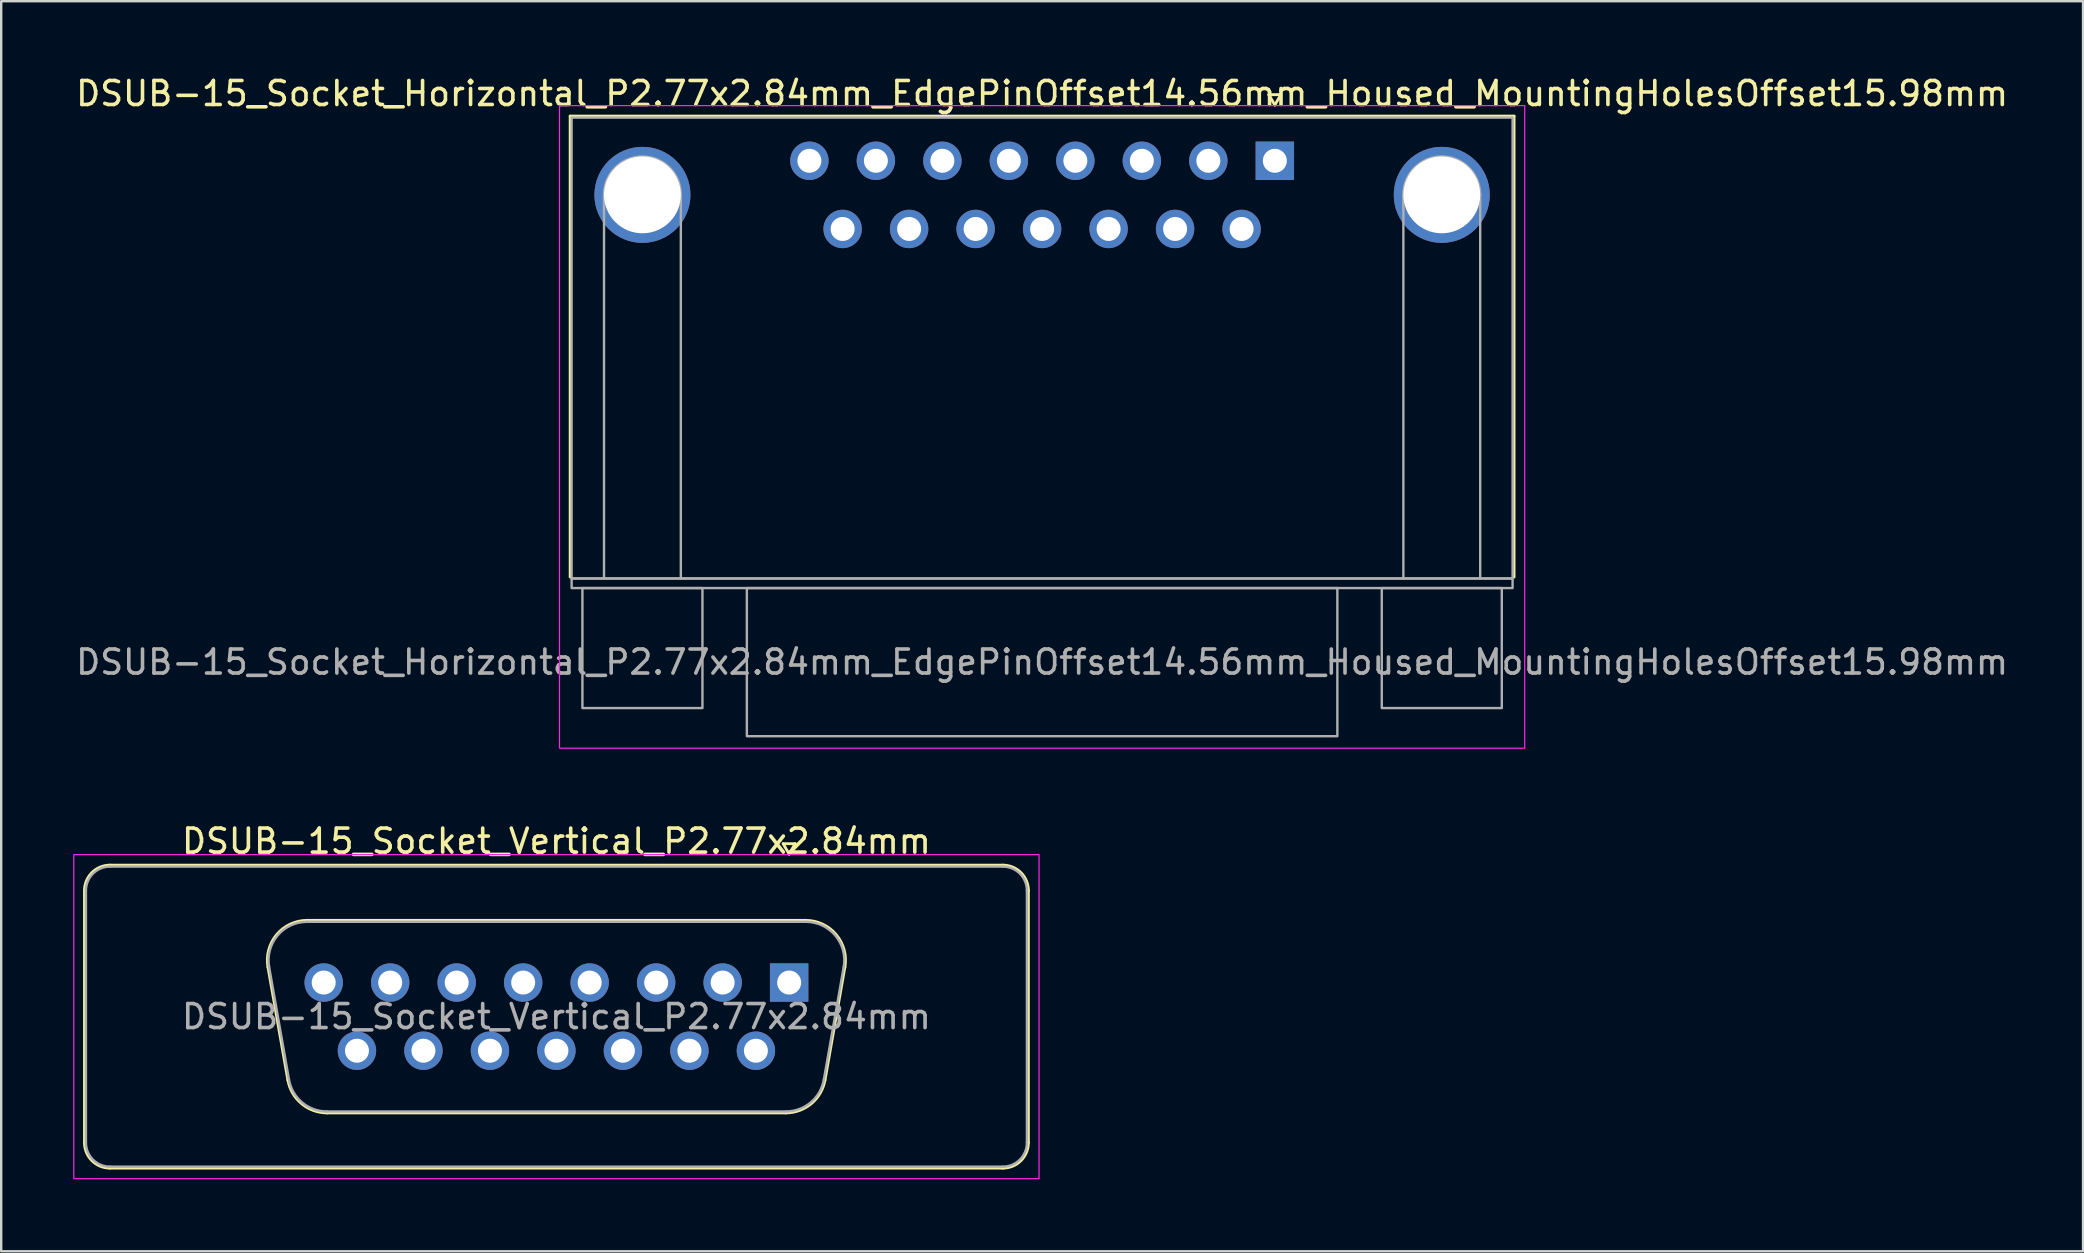
<source format=kicad_pcb>
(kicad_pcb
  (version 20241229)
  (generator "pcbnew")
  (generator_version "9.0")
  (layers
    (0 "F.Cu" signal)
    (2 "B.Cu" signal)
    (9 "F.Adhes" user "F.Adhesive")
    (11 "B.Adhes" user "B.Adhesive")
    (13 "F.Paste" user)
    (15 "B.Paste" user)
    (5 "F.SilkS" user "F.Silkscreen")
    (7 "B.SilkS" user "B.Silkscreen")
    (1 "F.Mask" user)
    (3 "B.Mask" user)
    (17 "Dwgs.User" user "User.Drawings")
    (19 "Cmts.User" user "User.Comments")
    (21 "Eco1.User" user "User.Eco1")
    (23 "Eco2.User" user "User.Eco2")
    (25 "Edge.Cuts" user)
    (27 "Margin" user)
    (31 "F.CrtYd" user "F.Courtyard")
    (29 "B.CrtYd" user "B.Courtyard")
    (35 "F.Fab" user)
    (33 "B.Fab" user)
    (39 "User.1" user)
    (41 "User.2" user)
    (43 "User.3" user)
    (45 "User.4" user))
  (footprint "DSUB-15_Socket_Horizontal_P2.77x2.84mm_EdgePinOffset14.56mm_Housed_MountingHolesOffset15.98mm"
    (layer "F.Cu")
    (at 50.058 3.648)
    (property "Reference" "DSUB-15_Socket_Horizontal_P2.77x2.84mm_EdgePinOffset14.56mm_Housed_MountingHolesOffset15.98mm" (at -9.695 -2.8 0) (layer "F.SilkS") (effects (font (size 1 1) (thickness 0.15))))
    (attr through_hole)
    (fp_line (start -29.355 -1.86) (end 9.965 -1.86) (stroke (width 0.12) (type solid)) (layer "F.SilkS"))
    (fp_line (start -29.355 17.34) (end -29.355 -1.86) (stroke (width 0.12) (type solid)) (layer "F.SilkS"))
    (fp_line (start -0.25 -2.754) (end 0.25 -2.754) (stroke (width 0.12) (type solid)) (layer "F.SilkS"))
    (fp_line (start 0 -2.321) (end -0.25 -2.754) (stroke (width 0.12) (type solid)) (layer "F.SilkS"))
    (fp_line (start 0.25 -2.754) (end 0 -2.321) (stroke (width 0.12) (type solid)) (layer "F.SilkS"))
    (fp_line (start 9.965 -1.86) (end 9.965 17.34) (stroke (width 0.12) (type solid)) (layer "F.SilkS"))
    (fp_rect (start -29.8 -2.3) (end 10.41 24.47) (stroke (width 0.05) (type solid)) (fill no) (layer "F.CrtYd"))
    (fp_line (start -27.945 17.4) (end -27.945 1.42) (stroke (width 0.1) (type solid)) (layer "F.Fab"))
    (fp_line (start -24.745 17.4) (end -24.745 1.42) (stroke (width 0.1) (type solid)) (layer "F.Fab"))
    (fp_line (start 5.355 17.4) (end 5.355 1.42) (stroke (width 0.1) (type solid)) (layer "F.Fab"))
    (fp_line (start 8.555 17.4) (end 8.555 1.42) (stroke (width 0.1) (type solid)) (layer "F.Fab"))
    (fp_rect (start -29.295 -1.8) (end 9.905 17.4) (stroke (width 0.1) (type solid)) (fill no) (layer "F.Fab"))
    (fp_rect (start -29.295 17.4) (end 9.905 17.8) (stroke (width 0.1) (type solid)) (fill no) (layer "F.Fab"))
    (fp_rect (start -28.845 17.8) (end -23.845 22.8) (stroke (width 0.1) (type solid)) (fill no) (layer "F.Fab"))
    (fp_rect (start -21.995 17.8) (end 2.605 23.97) (stroke (width 0.1) (type solid)) (fill no) (layer "F.Fab"))
    (fp_rect (start 4.455 17.8) (end 9.455 22.8) (stroke (width 0.1) (type solid)) (fill no) (layer "F.Fab"))
    (fp_arc (start -27.945 1.42) (mid -26.345 -0.18) (end -24.745 1.42) (stroke (width 0.1) (type solid)) (layer "F.Fab"))
    (fp_arc (start 5.355 1.42) (mid 6.955 -0.18) (end 8.555 1.42) (stroke (width 0.1) (type solid)) (layer "F.Fab"))
    (fp_text user "${REFERENCE}" (at -9.695 20.885 0) (layer "F.Fab") (effects (font (size 1 1) (thickness 0.15))))
    (pad "1" thru_hole rect (at 0 0) (size 1.6 1.6) (drill 1) (layers "*.Cu" "*.Mask"))
    (pad "2" thru_hole circle (at -2.77 0) (size 1.6 1.6) (drill 1) (layers "*.Cu" "*.Mask"))
    (pad "3" thru_hole circle (at -5.54 0) (size 1.6 1.6) (drill 1) (layers "*.Cu" "*.Mask"))
    (pad "4" thru_hole circle (at -8.31 0) (size 1.6 1.6) (drill 1) (layers "*.Cu" "*.Mask"))
    (pad "5" thru_hole circle (at -11.08 0) (size 1.6 1.6) (drill 1) (layers "*.Cu" "*.Mask"))
    (pad "6" thru_hole circle (at -13.85 0) (size 1.6 1.6) (drill 1) (layers "*.Cu" "*.Mask"))
    (pad "7" thru_hole circle (at -16.62 0) (size 1.6 1.6) (drill 1) (layers "*.Cu" "*.Mask"))
    (pad "8" thru_hole circle (at -19.39 0) (size 1.6 1.6) (drill 1) (layers "*.Cu" "*.Mask"))
    (pad "9" thru_hole circle (at -1.385 2.84) (size 1.6 1.6) (drill 1) (layers "*.Cu" "*.Mask"))
    (pad "10" thru_hole circle (at -4.155 2.84) (size 1.6 1.6) (drill 1) (layers "*.Cu" "*.Mask"))
    (pad "11" thru_hole circle (at -6.925 2.84) (size 1.6 1.6) (drill 1) (layers "*.Cu" "*.Mask"))
    (pad "12" thru_hole circle (at -9.695 2.84) (size 1.6 1.6) (drill 1) (layers "*.Cu" "*.Mask"))
    (pad "13" thru_hole circle (at -12.465 2.84) (size 1.6 1.6) (drill 1) (layers "*.Cu" "*.Mask"))
    (pad "14" thru_hole circle (at -15.235 2.84) (size 1.6 1.6) (drill 1) (layers "*.Cu" "*.Mask"))
    (pad "15" thru_hole circle (at -18.005 2.84) (size 1.6 1.6) (drill 1) (layers "*.Cu" "*.Mask"))
    (pad "SH" thru_hole circle (at -26.345 1.42) (size 4 4) (drill 3.2) (layers "*.Cu" "*.Mask"))
    (pad "SH" thru_hole circle (at 6.955 1.42) (size 4 4) (drill 3.2) (layers "*.Cu" "*.Mask")))
  (footprint "DSUB-15_Socket_Vertical_P2.77x2.84mm"
    (layer "F.Cu")
    (at 29.825 37.882)
    (property "Reference" "DSUB-15_Socket_Vertical_P2.77x2.84mm" (at -9.695 -5.89 0) (layer "F.SilkS") (effects (font (size 1 1) (thickness 0.15))))
    (attr through_hole)
    (fp_line (start -29.355 6.67) (end -29.355 -3.83) (stroke (width 0.12) (type solid)) (layer "F.SilkS"))
    (fp_line (start -28.295 -4.89) (end 8.905 -4.89) (stroke (width 0.12) (type solid)) (layer "F.SilkS"))
    (fp_line (start -20.883 4.058) (end -21.711 -0.642) (stroke (width 0.12) (type solid)) (layer "F.SilkS"))
    (fp_line (start -20.077 -2.59) (end 0.687 -2.59) (stroke (width 0.12) (type solid)) (layer "F.SilkS"))
    (fp_line (start -0.25 -5.784) (end 0.25 -5.784) (stroke (width 0.12) (type solid)) (layer "F.SilkS"))
    (fp_line (start -0.142 5.43) (end -19.248 5.43) (stroke (width 0.12) (type solid)) (layer "F.SilkS"))
    (fp_line (start 0 -5.351) (end -0.25 -5.784) (stroke (width 0.12) (type solid)) (layer "F.SilkS"))
    (fp_line (start 0.25 -5.784) (end 0 -5.351) (stroke (width 0.12) (type solid)) (layer "F.SilkS"))
    (fp_line (start 2.321 -0.642) (end 1.493 4.058) (stroke (width 0.12) (type solid)) (layer "F.SilkS"))
    (fp_line (start 8.905 7.73) (end -28.295 7.73) (stroke (width 0.12) (type solid)) (layer "F.SilkS"))
    (fp_line (start 9.965 -3.83) (end 9.965 6.67) (stroke (width 0.12) (type solid)) (layer "F.SilkS"))
    (fp_arc (start -29.355 -3.83) (mid -29.044533 -4.579533) (end -28.295 -4.89) (stroke (width 0.12) (type solid)) (layer "F.SilkS"))
    (fp_arc (start -28.295 7.73) (mid -29.044533 7.419533) (end -29.355 6.67) (stroke (width 0.12) (type solid)) (layer "F.SilkS"))
    (fp_arc (start -21.71147 -0.641744) (mid -21.348323 -1.997027) (end -20.076689 -2.59) (stroke (width 0.12) (type solid)) (layer "F.SilkS"))
    (fp_arc (start -19.247952 5.43) (mid -20.31498 5.041634) (end -20.882733 4.058256) (stroke (width 0.12) (type solid)) (layer "F.SilkS"))
    (fp_arc (start 0.686689 -2.59) (mid 1.958323 -1.997027) (end 2.32147 -0.641744) (stroke (width 0.12) (type solid)) (layer "F.SilkS"))
    (fp_arc (start 1.492733 4.058256) (mid 0.92498 5.041634) (end -0.142048 5.43) (stroke (width 0.12) (type solid)) (layer "F.SilkS"))
    (fp_arc (start 8.905 -4.89) (mid 9.654533 -4.579533) (end 9.965 -3.83) (stroke (width 0.12) (type solid)) (layer "F.SilkS"))
    (fp_arc (start 9.965 6.67) (mid 9.654533 7.419533) (end 8.905 7.73) (stroke (width 0.12) (type solid)) (layer "F.SilkS"))
    (fp_rect (start -29.8 -5.33) (end 10.41 8.17) (stroke (width 0.05) (type solid)) (fill no) (layer "F.CrtYd"))
    (fp_line (start -29.295 6.67) (end -29.295 -3.83) (stroke (width 0.1) (type solid)) (layer "F.Fab"))
    (fp_line (start -28.295 -4.83) (end 8.905 -4.83) (stroke (width 0.1) (type solid)) (layer "F.Fab"))
    (fp_line (start -20.835 4.048) (end -21.664 -0.652) (stroke (width 0.1) (type solid)) (layer "F.Fab"))
    (fp_line (start -20.088 -2.53) (end 0.698 -2.53) (stroke (width 0.1) (type solid)) (layer "F.Fab"))
    (fp_line (start -0.131 5.37) (end -19.259 5.37) (stroke (width 0.1) (type solid)) (layer "F.Fab"))
    (fp_line (start 2.274 -0.652) (end 1.445 4.048) (stroke (width 0.1) (type solid)) (layer "F.Fab"))
    (fp_line (start 8.905 7.67) (end -28.295 7.67) (stroke (width 0.1) (type solid)) (layer "F.Fab"))
    (fp_line (start 9.905 -3.83) (end 9.905 6.67) (stroke (width 0.1) (type solid)) (layer "F.Fab"))
    (fp_arc (start -29.295 -3.83) (mid -29.002107 -4.537107) (end -28.295 -4.83) (stroke (width 0.1) (type solid)) (layer "F.Fab"))
    (fp_arc (start -28.295 7.67) (mid -29.002107 7.377107) (end -29.295 6.67) (stroke (width 0.1) (type solid)) (layer "F.Fab"))
    (fp_arc (start -21.663887 -0.652163) (mid -21.313865 -1.95846) (end -20.088194 -2.53) (stroke (width 0.1) (type solid)) (layer "F.Fab"))
    (fp_arc (start -19.259457 5.37) (mid -20.287918 4.995671) (end -20.83515 4.047837) (stroke (width 0.1) (type solid)) (layer "F.Fab"))
    (fp_arc (start 0.698194 -2.53) (mid 1.923865 -1.95846) (end 2.273887 -0.652163) (stroke (width 0.1) (type solid)) (layer "F.Fab"))
    (fp_arc (start 1.44515 4.047837) (mid 0.897918 4.995671) (end -0.130543 5.37) (stroke (width 0.1) (type solid)) (layer "F.Fab"))
    (fp_arc (start 8.905 -4.83) (mid 9.612107 -4.537107) (end 9.905 -3.83) (stroke (width 0.1) (type solid)) (layer "F.Fab"))
    (fp_arc (start 9.905 6.67) (mid 9.612107 7.377107) (end 8.905 7.67) (stroke (width 0.1) (type solid)) (layer "F.Fab"))
    (fp_text user "${REFERENCE}" (at -9.695 1.42 0) (layer "F.Fab") (effects (font (size 1 1) (thickness 0.15))))
    (pad "1" thru_hole rect (at 0 0) (size 1.6 1.6) (drill 1) (layers "*.Cu" "*.Mask"))
    (pad "2" thru_hole circle (at -2.77 0) (size 1.6 1.6) (drill 1) (layers "*.Cu" "*.Mask"))
    (pad "3" thru_hole circle (at -5.54 0) (size 1.6 1.6) (drill 1) (layers "*.Cu" "*.Mask"))
    (pad "4" thru_hole circle (at -8.31 0) (size 1.6 1.6) (drill 1) (layers "*.Cu" "*.Mask"))
    (pad "5" thru_hole circle (at -11.08 0) (size 1.6 1.6) (drill 1) (layers "*.Cu" "*.Mask"))
    (pad "6" thru_hole circle (at -13.85 0) (size 1.6 1.6) (drill 1) (layers "*.Cu" "*.Mask"))
    (pad "7" thru_hole circle (at -16.62 0) (size 1.6 1.6) (drill 1) (layers "*.Cu" "*.Mask"))
    (pad "8" thru_hole circle (at -19.39 0) (size 1.6 1.6) (drill 1) (layers "*.Cu" "*.Mask"))
    (pad "9" thru_hole circle (at -1.385 2.84) (size 1.6 1.6) (drill 1) (layers "*.Cu" "*.Mask"))
    (pad "10" thru_hole circle (at -4.155 2.84) (size 1.6 1.6) (drill 1) (layers "*.Cu" "*.Mask"))
    (pad "11" thru_hole circle (at -6.925 2.84) (size 1.6 1.6) (drill 1) (layers "*.Cu" "*.Mask"))
    (pad "12" thru_hole circle (at -9.695 2.84) (size 1.6 1.6) (drill 1) (layers "*.Cu" "*.Mask"))
    (pad "13" thru_hole circle (at -12.465 2.84) (size 1.6 1.6) (drill 1) (layers "*.Cu" "*.Mask"))
    (pad "14" thru_hole circle (at -15.235 2.84) (size 1.6 1.6) (drill 1) (layers "*.Cu" "*.Mask"))
    (pad "15" thru_hole circle (at -18.005 2.84) (size 1.6 1.6) (drill 1) (layers "*.Cu" "*.Mask")))
  (gr_rect
    (start -3 -3)
    (end 83.726 49.077)
    (stroke (width 0.1) (type default))
    (fill no)
    (layer "Edge.Cuts")))
</source>
